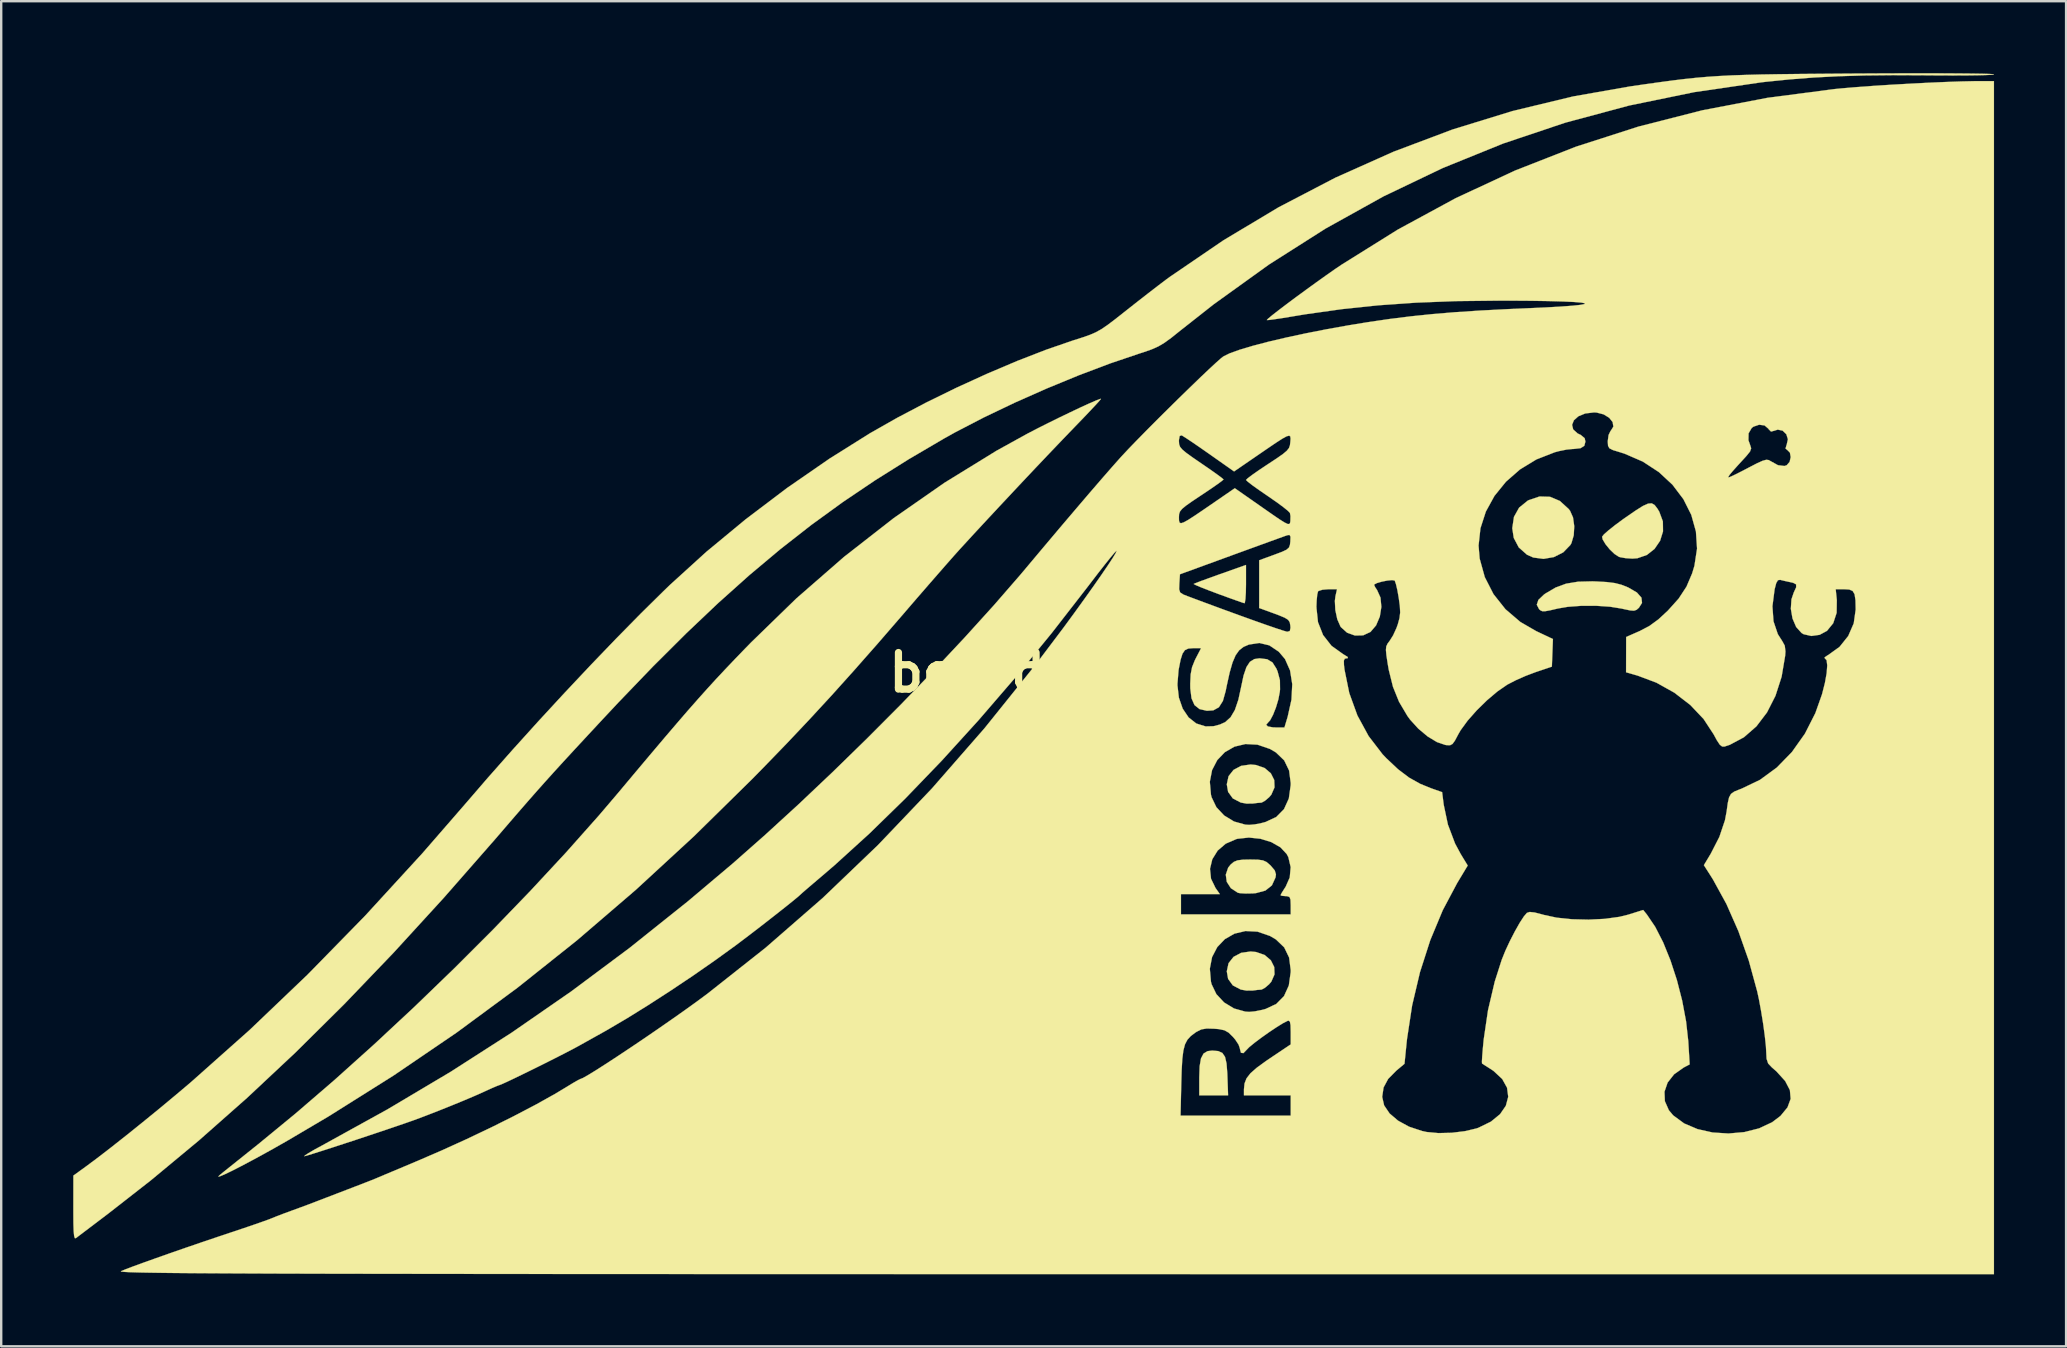
<source format=kicad_pcb>
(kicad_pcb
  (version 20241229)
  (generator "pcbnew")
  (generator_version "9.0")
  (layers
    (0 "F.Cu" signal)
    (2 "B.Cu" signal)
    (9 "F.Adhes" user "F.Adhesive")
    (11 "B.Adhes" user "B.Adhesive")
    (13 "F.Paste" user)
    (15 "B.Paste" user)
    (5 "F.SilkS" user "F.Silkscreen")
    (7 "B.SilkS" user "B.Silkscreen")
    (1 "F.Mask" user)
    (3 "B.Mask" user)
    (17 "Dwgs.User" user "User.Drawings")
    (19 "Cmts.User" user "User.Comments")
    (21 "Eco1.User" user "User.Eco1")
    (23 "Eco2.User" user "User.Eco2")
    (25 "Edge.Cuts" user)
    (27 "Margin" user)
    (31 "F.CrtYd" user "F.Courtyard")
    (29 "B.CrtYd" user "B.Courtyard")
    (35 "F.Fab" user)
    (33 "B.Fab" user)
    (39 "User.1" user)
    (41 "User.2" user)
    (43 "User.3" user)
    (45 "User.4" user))
  (footprint "board_new"
    (layer "F.Cu")
    (at 39.965 24.967)
    (property "Reference" "board_new" (at 0 0 0) (layer "F.SilkS") (effects (font (size 1.524 1.524) (thickness 0.3))))
    (attr through_hole)
    (fp_poly (pts (xy 7.733 15.768) (xy 7.906 15.846) (xy 8.016 16.009) (xy 8.079 16.282) (xy 8.111 16.691) (xy 8.115 16.799) (xy 8.144 17.611) (xy 6.943 17.611) (xy 6.943 16.868) (xy 6.959 16.398) (xy 7.015 16.074) (xy 7.121 15.872) (xy 7.288 15.771) (xy 7.482 15.748) (xy 7.733 15.768)) (stroke (width 0.01) (type solid)) (fill yes) (layer "F.SilkS"))
    (fp_poly (pts (xy 8.89 -3.681) (xy 8.884 -3.337) (xy 8.867 -3.069) (xy 8.843 -2.913) (xy 8.826 -2.888) (xy 8.727 -2.919) (xy 8.501 -2.998) (xy 8.18 -3.113) (xy 7.795 -3.253) (xy 7.723 -3.28) (xy 7.34 -3.424) (xy 7.025 -3.547) (xy 6.806 -3.639) (xy 6.713 -3.688) (xy 6.711 -3.692) (xy 6.798 -3.729) (xy 7.013 -3.812) (xy 7.329 -3.927) (xy 7.713 -4.066) (xy 7.815 -4.102) (xy 8.89 -4.483) (xy 8.89 -3.681)) (stroke (width 0.01) (type solid)) (fill yes) (layer "F.SilkS"))
    (fp_poly (pts (xy 9.31 3.852) (xy 9.669 3.978) (xy 9.926 4.198) (xy 10.066 4.477) (xy 10.078 4.784) (xy 9.946 5.086) (xy 9.852 5.195) (xy 9.679 5.342) (xy 9.541 5.417) (xy 9.524 5.419) (xy 9.367 5.431) (xy 9.176 5.456) (xy 8.911 5.459) (xy 8.671 5.415) (xy 8.341 5.243) (xy 8.145 4.971) (xy 8.09 4.657) (xy 8.164 4.317) (xy 8.371 4.055) (xy 8.685 3.887) (xy 9.078 3.83) (xy 9.31 3.852)) (stroke (width 0.01) (type solid)) (fill yes) (layer "F.SilkS"))
    (fp_poly (pts (xy 9.31 11.641) (xy 9.669 11.767) (xy 9.926 11.987) (xy 10.066 12.267) (xy 10.078 12.574) (xy 9.946 12.875) (xy 9.852 12.985) (xy 9.679 13.132) (xy 9.541 13.206) (xy 9.524 13.208) (xy 9.367 13.22) (xy 9.176 13.246) (xy 8.911 13.248) (xy 8.671 13.205) (xy 8.341 13.032) (xy 8.145 12.76) (xy 8.09 12.446) (xy 8.164 12.106) (xy 8.371 11.844) (xy 8.685 11.676) (xy 9.078 11.62) (xy 9.31 11.641)) (stroke (width 0.01) (type solid)) (fill yes) (layer "F.SilkS"))
    (fp_poly (pts (xy 21.555 -7.322) (xy 21.964 -7.149) (xy 22.328 -6.818) (xy 22.389 -6.74) (xy 22.513 -6.461) (xy 22.564 -6.098) (xy 22.543 -5.719) (xy 22.448 -5.394) (xy 22.403 -5.314) (xy 22.105 -5.007) (xy 21.717 -4.811) (xy 21.286 -4.736) (xy 20.858 -4.792) (xy 20.594 -4.91) (xy 20.253 -5.212) (xy 20.044 -5.608) (xy 19.982 -6.013) (xy 20.053 -6.486) (xy 20.267 -6.869) (xy 20.62 -7.157) (xy 20.665 -7.181) (xy 21.117 -7.334) (xy 21.555 -7.322)) (stroke (width 0.01) (type solid)) (fill yes) (layer "F.SilkS"))
    (fp_poly (pts (xy 9.386 7.795) (xy 9.596 7.824) (xy 9.746 7.892) (xy 9.89 8.015) (xy 9.921 8.045) (xy 10.087 8.241) (xy 10.138 8.406) (xy 10.121 8.532) (xy 9.97 8.864) (xy 9.7 9.081) (xy 9.306 9.188) (xy 9.169 9.2) (xy 8.879 9.205) (xy 8.646 9.192) (xy 8.551 9.173) (xy 8.26 8.983) (xy 8.089 8.719) (xy 8.048 8.42) (xy 8.147 8.127) (xy 8.251 7.997) (xy 8.384 7.886) (xy 8.537 7.823) (xy 8.761 7.795) (xy 9.062 7.789) (xy 9.386 7.795)) (stroke (width 0.01) (type solid)) (fill yes) (layer "F.SilkS"))
    (fp_poly (pts (xy 25.914 -6.978) (xy 26.028 -6.83) (xy 26.106 -6.701) (xy 26.256 -6.296) (xy 26.262 -5.881) (xy 26.14 -5.489) (xy 25.909 -5.151) (xy 25.588 -4.898) (xy 25.194 -4.762) (xy 24.985 -4.747) (xy 24.707 -4.765) (xy 24.477 -4.805) (xy 24.422 -4.823) (xy 24.242 -4.939) (xy 24.043 -5.13) (xy 23.866 -5.348) (xy 23.748 -5.546) (xy 23.724 -5.658) (xy 23.8 -5.755) (xy 23.991 -5.924) (xy 24.269 -6.145) (xy 24.608 -6.395) (xy 24.713 -6.468) (xy 25.124 -6.751) (xy 25.424 -6.94) (xy 25.638 -7.037) (xy 25.793 -7.049) (xy 25.914 -6.978)) (stroke (width 0.01) (type solid)) (fill yes) (layer "F.SilkS"))
    (fp_poly (pts (xy 23.473 -3.795) (xy 23.921 -3.77) (xy 24.254 -3.728) (xy 24.528 -3.658) (xy 24.797 -3.551) (xy 24.825 -3.538) (xy 25.176 -3.333) (xy 25.364 -3.119) (xy 25.387 -2.901) (xy 25.258 -2.699) (xy 25.159 -2.613) (xy 25.053 -2.577) (xy 24.892 -2.589) (xy 24.625 -2.645) (xy 24.548 -2.663) (xy 24.056 -2.743) (xy 23.473 -2.782) (xy 22.864 -2.781) (xy 22.297 -2.739) (xy 21.886 -2.669) (xy 21.557 -2.592) (xy 21.352 -2.555) (xy 21.229 -2.557) (xy 21.149 -2.596) (xy 21.099 -2.642) (xy 21.003 -2.826) (xy 21.07 -3.027) (xy 21.302 -3.248) (xy 21.362 -3.291) (xy 21.788 -3.542) (xy 22.226 -3.703) (xy 22.723 -3.785) (xy 23.325 -3.8) (xy 23.473 -3.795)) (stroke (width 0.01) (type solid)) (fill yes) (layer "F.SilkS"))
    (fp_poly (pts (xy 2.8 -11.338) (xy 2.65 -11.172) (xy 2.416 -10.922) (xy 2.117 -10.607) (xy 1.769 -10.247) (xy 1.723 -10.199) (xy 1.256 -9.714) (xy 0.701 -9.133) (xy 0.086 -8.485) (xy -0.562 -7.797) (xy -1.217 -7.098) (xy -1.851 -6.418) (xy -2.438 -5.785) (xy -2.951 -5.226) (xy -3.038 -5.131) (xy -3.256 -4.888) (xy -3.563 -4.54) (xy -3.939 -4.11) (xy -4.364 -3.622) (xy -4.817 -3.1) (xy -5.278 -2.565) (xy -5.372 -2.455) (xy -6.44 -1.221) (xy -7.434 -0.093) (xy -8.379 0.958) (xy -9.305 1.962) (xy -10.236 2.948) (xy -11.201 3.945) (xy -11.68 4.433) (xy -14.109 6.821) (xy -16.536 9.057) (xy -18.981 11.156) (xy -21.463 13.133) (xy -24.002 15.004) (xy -26.618 16.785) (xy -29.33 18.49) (xy -31.03 19.493) (xy -31.574 19.803) (xy -32.099 20.095) (xy -32.587 20.359) (xy -33.023 20.589) (xy -33.391 20.776) (xy -33.674 20.911) (xy -33.856 20.987) (xy -33.921 20.995) (xy -33.87 20.94) (xy -33.713 20.812) (xy -33.449 20.6) (xy -33.105 20.325) (xy -32.708 20.007) (xy -32.283 19.667) (xy -32.261 19.65) (xy -30.704 18.37) (xy -29.085 16.976) (xy -27.43 15.489) (xy -25.762 13.935) (xy -24.105 12.335) (xy -22.483 10.714) (xy -20.921 9.095) (xy -19.441 7.501) (xy -18.068 5.956) (xy -17.286 5.038) (xy -16.539 4.147) (xy -15.887 3.372) (xy -15.315 2.696) (xy -14.809 2.104) (xy -14.357 1.58) (xy -13.943 1.11) (xy -13.555 0.677) (xy -13.179 0.265) (xy -12.8 -0.14) (xy -12.406 -0.554) (xy -11.983 -0.993) (xy -11.726 -1.256) (xy -9.838 -3.09) (xy -7.853 -4.82) (xy -5.789 -6.431) (xy -3.666 -7.909) (xy -1.502 -9.241) (xy -0.224 -9.947) (xy 0.188 -10.161) (xy 0.641 -10.389) (xy 1.109 -10.62) (xy 1.568 -10.841) (xy 1.992 -11.042) (xy 2.357 -11.209) (xy 2.638 -11.331) (xy 2.809 -11.397) (xy 2.849 -11.403) (xy 2.8 -11.338)) (stroke (width 0.01) (type solid)) (fill yes) (layer "F.SilkS"))
    (fp_poly (pts (xy 37.903 -24.961) (xy 38.571 -24.957) (xy 39.131 -24.952) (xy 39.571 -24.945) (xy 39.875 -24.936) (xy 40.03 -24.925) (xy 40.047 -24.92) (xy 39.966 -24.904) (xy 39.735 -24.891) (xy 39.373 -24.882) (xy 38.9 -24.876) (xy 38.335 -24.874) (xy 37.699 -24.876) (xy 37.163 -24.88) (xy 35.839 -24.886) (xy 34.649 -24.874) (xy 33.561 -24.841) (xy 32.539 -24.788) (xy 31.55 -24.711) (xy 30.561 -24.611) (xy 30.353 -24.587) (xy 27.563 -24.179) (xy 24.845 -23.62) (xy 22.195 -22.908) (xy 19.609 -22.041) (xy 17.086 -21.018) (xy 14.62 -19.838) (xy 12.21 -18.499) (xy 9.851 -17) (xy 7.541 -15.339) (xy 6.151 -14.244) (xy 5.783 -13.949) (xy 5.495 -13.74) (xy 5.238 -13.587) (xy 4.964 -13.465) (xy 4.626 -13.346) (xy 4.458 -13.293) (xy 3.232 -12.878) (xy 1.925 -12.384) (xy 0.582 -11.831) (xy -0.751 -11.24) (xy -2.029 -10.629) (xy -3.206 -10.019) (xy -3.683 -9.754) (xy -5.152 -8.892) (xy -6.552 -8.014) (xy -7.9 -7.106) (xy -9.212 -6.154) (xy -10.504 -5.144) (xy -11.793 -4.063) (xy -13.096 -2.897) (xy -14.429 -1.633) (xy -15.81 -0.257) (xy -17.253 1.244) (xy -17.907 1.942) (xy -18.535 2.618) (xy -19.069 3.194) (xy -19.528 3.692) (xy -19.934 4.137) (xy -20.307 4.551) (xy -20.669 4.958) (xy -21.04 5.38) (xy -21.442 5.842) (xy -21.894 6.366) (xy -22.39 6.943) (xy -24.527 9.382) (xy -26.62 11.67) (xy -28.676 13.815) (xy -30.706 15.827) (xy -32.72 17.715) (xy -34.725 19.487) (xy -36.732 21.153) (xy -38.481 22.519) (xy -38.887 22.827) (xy -39.251 23.103) (xy -39.549 23.329) (xy -39.759 23.488) (xy -39.857 23.562) (xy -39.898 23.56) (xy -39.927 23.469) (xy -39.946 23.271) (xy -39.957 22.947) (xy -39.96 22.479) (xy -39.96 22.299) (xy -39.958 20.955) (xy -39.432 20.574) (xy -38.968 20.229) (xy -38.405 19.795) (xy -37.77 19.294) (xy -37.093 18.75) (xy -36.4 18.185) (xy -35.721 17.621) (xy -35.082 17.081) (xy -35.052 17.055) (xy -32.612 14.885) (xy -30.2 12.581) (xy -27.807 10.134) (xy -25.424 7.534) (xy -23.663 5.508) (xy -22.697 4.388) (xy -21.664 3.22) (xy -20.589 2.03) (xy -19.493 0.842) (xy -18.401 -0.319) (xy -17.335 -1.428) (xy -16.32 -2.46) (xy -15.377 -3.39) (xy -15.108 -3.65) (xy -13.592 -5.028) (xy -11.95 -6.386) (xy -10.224 -7.692) (xy -8.457 -8.913) (xy -6.773 -9.969) (xy -5.652 -10.606) (xy -4.44 -11.244) (xy -3.174 -11.864) (xy -1.893 -12.449) (xy -0.632 -12.984) (xy 0.57 -13.45) (xy 1.677 -13.832) (xy 1.736 -13.85) (xy 2.102 -13.967) (xy 2.388 -14.068) (xy 2.629 -14.172) (xy 2.858 -14.299) (xy 3.108 -14.468) (xy 3.415 -14.699) (xy 3.811 -15.011) (xy 3.937 -15.111) (xy 4.373 -15.454) (xy 4.813 -15.797) (xy 5.219 -16.11) (xy 5.554 -16.364) (xy 5.715 -16.482) (xy 7.945 -18.003) (xy 10.248 -19.382) (xy 12.613 -20.614) (xy 15.032 -21.695) (xy 17.496 -22.623) (xy 19.995 -23.392) (xy 22.52 -24) (xy 24.892 -24.417) (xy 25.554 -24.513) (xy 26.142 -24.595) (xy 26.673 -24.666) (xy 27.166 -24.726) (xy 27.64 -24.776) (xy 28.112 -24.817) (xy 28.602 -24.85) (xy 29.126 -24.877) (xy 29.704 -24.897) (xy 30.354 -24.914) (xy 31.095 -24.926) (xy 31.943 -24.936) (xy 32.919 -24.944) (xy 34.039 -24.952) (xy 34.438 -24.954) (xy 35.396 -24.959) (xy 36.302 -24.962) (xy 37.142 -24.962) (xy 37.903 -24.961)) (stroke (width 0.01) (type solid)) (fill yes) (layer "F.SilkS"))
    (fp_poly (pts (xy 40.047 25.061) (xy 0.91 25.059) (xy -2.195 25.059) (xy -5.135 25.059) (xy -7.914 25.058) (xy -10.537 25.058) (xy -13.008 25.057) (xy -15.331 25.056) (xy -17.511 25.055) (xy -19.551 25.054) (xy -21.457 25.053) (xy -23.232 25.051) (xy -24.881 25.049) (xy -26.407 25.047) (xy -27.817 25.045) (xy -29.112 25.043) (xy -30.299 25.04) (xy -31.381 25.037) (xy -32.363 25.033) (xy -33.249 25.029) (xy -34.043 25.025) (xy -34.749 25.021) (xy -35.372 25.016) (xy -35.917 25.011) (xy -36.386 25.005) (xy -36.786 24.999) (xy -37.12 24.993) (xy -37.392 24.986) (xy -37.606 24.979) (xy -37.768 24.971) (xy -37.881 24.963) (xy -37.95 24.955) (xy -37.978 24.946) (xy -37.973 24.937) (xy -37.79 24.861) (xy -37.469 24.739) (xy -37.033 24.58) (xy -36.507 24.392) (xy -35.912 24.182) (xy -35.273 23.96) (xy -34.611 23.733) (xy -33.951 23.51) (xy -33.359 23.312) (xy -32.881 23.152) (xy -32.443 23.003) (xy -32.077 22.875) (xy -31.815 22.781) (xy -31.708 22.739) (xy -31.504 22.656) (xy -31.202 22.54) (xy -30.862 22.415) (xy -30.819 22.399) (xy -30.47 22.272) (xy -30.144 22.151) (xy -29.905 22.06) (xy -29.887 22.053) (xy -29.694 21.978) (xy -29.384 21.859) (xy -29.001 21.712) (xy -28.586 21.553) (xy -28.575 21.548) (xy -28.175 21.395) (xy -27.821 21.258) (xy -27.549 21.152) (xy -27.396 21.09) (xy -27.39 21.088) (xy -27.262 21.034) (xy -27.005 20.925) (xy -26.645 20.774) (xy -26.209 20.591) (xy -25.725 20.387) (xy -25.654 20.357) (xy -24.614 19.908) (xy -23.568 19.432) (xy -22.545 18.945) (xy -21.573 18.46) (xy -21.568 18.457) (xy 6.163 18.457) (xy 10.753 18.457) (xy 10.753 17.611) (xy 8.805 17.611) (xy 8.805 17.361) (xy 8.829 17.119) (xy 8.912 16.905) (xy 9.076 16.693) (xy 9.342 16.459) (xy 9.73 16.177) (xy 9.882 16.074) (xy 10.753 15.49) (xy 10.753 14.975) (xy 10.746 14.689) (xy 10.719 14.541) (xy 10.664 14.5) (xy 10.625 14.509) (xy 10.437 14.604) (xy 10.167 14.771) (xy 9.853 14.98) (xy 9.533 15.207) (xy 9.245 15.423) (xy 9.027 15.602) (xy 8.92 15.712) (xy 8.784 15.853) (xy 8.68 15.839) (xy 8.636 15.674) (xy 8.636 15.657) (xy 8.581 15.5) (xy 8.442 15.289) (xy 8.352 15.182) (xy 8.168 15.001) (xy 7.994 14.902) (xy 7.76 14.853) (xy 7.569 14.837) (xy 7.254 14.828) (xy 7.032 14.865) (xy 6.832 14.964) (xy 6.773 15.003) (xy 6.588 15.144) (xy 6.449 15.296) (xy 6.349 15.488) (xy 6.281 15.746) (xy 6.237 16.097) (xy 6.21 16.567) (xy 6.195 17.081) (xy 6.163 18.457) (xy -21.568 18.457) (xy -20.682 17.992) (xy -19.901 17.556) (xy -19.412 17.262) (xy -19.15 17.102) (xy -18.948 16.986) (xy -18.844 16.934) (xy -18.839 16.933) (xy -18.726 16.886) (xy -18.494 16.754) (xy -18.159 16.548) (xy -17.741 16.28) (xy -17.257 15.963) (xy -16.726 15.61) (xy -16.166 15.232) (xy -15.596 14.841) (xy -15.033 14.45) (xy -14.495 14.071) (xy -14.001 13.716) (xy -13.569 13.397) (xy -13.558 13.389) (xy -12.227 12.337) (xy 7.383 12.337) (xy 7.43 12.874) (xy 7.457 12.983) (xy 7.655 13.396) (xy 7.979 13.743) (xy 8.393 13.994) (xy 8.859 14.124) (xy 9.023 14.136) (xy 9.26 14.113) (xy 9.563 14.052) (xy 9.705 14.014) (xy 10.151 13.805) (xy 10.473 13.479) (xy 10.674 13.037) (xy 10.752 12.478) (xy 10.753 12.393) (xy 10.686 11.872) (xy 10.483 11.45) (xy 10.137 11.118) (xy 9.891 10.973) (xy 9.37 10.793) (xy 8.87 10.767) (xy 8.41 10.876) (xy 8.011 11.104) (xy 7.694 11.435) (xy 7.477 11.851) (xy 7.383 12.337) (xy -12.227 12.337) (xy -11.119 11.461) (xy -8.748 9.395) (xy -8.574 9.229) (xy 6.181 9.229) (xy 6.181 10.075) (xy 10.753 10.075) (xy 10.753 9.694) (xy 10.744 9.459) (xy 10.701 9.348) (xy 10.598 9.315) (xy 10.541 9.313) (xy 10.382 9.3) (xy 10.329 9.275) (xy 10.373 9.188) (xy 10.482 9.013) (xy 10.541 8.924) (xy 10.713 8.535) (xy 10.751 8.104) (xy 10.655 7.693) (xy 10.586 7.56) (xy 10.326 7.281) (xy 9.947 7.064) (xy 9.494 6.924) (xy 9.01 6.873) (xy 8.538 6.924) (xy 8.487 6.937) (xy 8.046 7.128) (xy 7.709 7.417) (xy 7.486 7.776) (xy 7.39 8.176) (xy 7.433 8.589) (xy 7.621 8.975) (xy 7.801 9.229) (xy 6.181 9.229) (xy -8.574 9.229) (xy -6.442 7.187) (xy -4.195 4.83) (xy -3.948 4.547) (xy 7.383 4.547) (xy 7.43 5.085) (xy 7.457 5.194) (xy 7.655 5.607) (xy 7.979 5.953) (xy 8.393 6.205) (xy 8.859 6.335) (xy 9.023 6.346) (xy 9.26 6.324) (xy 9.563 6.263) (xy 9.705 6.225) (xy 10.151 6.016) (xy 10.473 5.69) (xy 10.674 5.248) (xy 10.752 4.688) (xy 10.753 4.603) (xy 10.686 4.083) (xy 10.483 3.661) (xy 10.137 3.328) (xy 9.891 3.183) (xy 9.37 3.004) (xy 8.87 2.977) (xy 8.41 3.086) (xy 8.011 3.315) (xy 7.694 3.645) (xy 7.477 4.062) (xy 7.383 4.547) (xy -3.948 4.547) (xy -2.004 2.322) (xy -0.544 0.505) (xy 6.032 0.505) (xy 6.093 1.043) (xy 6.253 1.504) (xy 6.499 1.869) (xy 6.82 2.122) (xy 7.205 2.243) (xy 7.535 2.235) (xy 7.8 2.166) (xy 8.024 2.065) (xy 8.026 2.063) (xy 8.249 1.861) (xy 8.427 1.559) (xy 8.572 1.133) (xy 8.683 0.62) (xy 8.789 0.123) (xy 8.908 -0.226) (xy 9.053 -0.447) (xy 9.238 -0.562) (xy 9.452 -0.593) (xy 9.773 -0.555) (xy 9.993 -0.422) (xy 10.158 -0.162) (xy 10.207 -0.043) (xy 10.303 0.317) (xy 10.308 0.705) (xy 10.297 0.808) (xy 10.238 1.119) (xy 10.138 1.454) (xy 10.017 1.76) (xy 9.895 1.989) (xy 9.812 2.08) (xy 9.731 2.174) (xy 9.802 2.245) (xy 10.009 2.283) (xy 10.114 2.286) (xy 10.492 2.286) (xy 10.626 1.841) (xy 10.784 1.131) (xy 10.817 0.483) (xy 10.726 -0.087) (xy 10.515 -0.563) (xy 10.258 -0.867) (xy 9.862 -1.133) (xy 9.447 -1.232) (xy 9.011 -1.166) (xy 8.786 -1.069) (xy 8.605 -0.927) (xy 8.456 -0.717) (xy 8.328 -0.417) (xy 8.209 -0.002) (xy 8.087 0.55) (xy 8.043 0.771) (xy 7.928 1.182) (xy 7.762 1.445) (xy 7.529 1.574) (xy 7.261 1.592) (xy 6.955 1.522) (xy 6.745 1.355) (xy 6.62 1.072) (xy 6.569 0.655) (xy 6.567 0.467) (xy 6.585 0.076) (xy 6.643 -0.224) (xy 6.758 -0.51) (xy 6.795 -0.585) (xy 7.019 -1.016) (xy 6.688 -1.016) (xy 6.487 -1) (xy 6.346 -0.934) (xy 6.245 -0.787) (xy 6.165 -0.533) (xy 6.088 -0.143) (xy 6.08 -0.091) (xy 6.032 0.505) (xy -0.544 0.505) (xy 0.137 -0.342) (xy 1.284 -1.863) (xy 1.727 -2.467) (xy 2.143 -3.043) (xy 2.445 -3.467) (xy 6.105 -3.467) (xy 6.148 -3.335) (xy 6.283 -3.249) (xy 6.452 -3.183) (xy 7.201 -2.903) (xy 7.919 -2.638) (xy 8.588 -2.394) (xy 9.191 -2.177) (xy 9.71 -1.993) (xy 10.128 -1.849) (xy 10.427 -1.75) (xy 10.591 -1.703) (xy 10.61 -1.7) (xy 10.716 -1.73) (xy 10.743 -1.862) (xy 10.737 -1.958) (xy 10.712 -2.096) (xy 10.646 -2.196) (xy 10.505 -2.285) (xy 10.255 -2.389) (xy 10.075 -2.456) (xy 9.44 -2.688) (xy 9.44 -2.72) (xy 11.823 -2.72) (xy 11.889 -2.1) (xy 12.101 -1.562) (xy 12.453 -1.113) (xy 12.941 -0.764) (xy 12.952 -0.758) (xy 13.123 -0.653) (xy 13.135 -0.602) (xy 13.092 -0.596) (xy 13.004 -0.577) (xy 12.967 -0.497) (xy 12.971 -0.317) (xy 12.993 -0.126) (xy 13.192 0.853) (xy 13.531 1.788) (xy 13.998 2.647) (xy 14.579 3.404) (xy 14.731 3.564) (xy 15.224 4.028) (xy 15.683 4.376) (xy 16.154 4.639) (xy 16.608 4.823) (xy 17.06 4.982) (xy 17.127 5.509) (xy 17.301 6.333) (xy 17.599 7.122) (xy 17.831 7.554) (xy 18.126 8.039) (xy 17.686 8.77) (xy 17.087 9.898) (xy 16.567 11.146) (xy 16.138 12.479) (xy 15.811 13.863) (xy 15.598 15.261) (xy 15.582 15.409) (xy 15.493 16.298) (xy 15.152 16.583) (xy 14.812 16.928) (xy 14.621 17.284) (xy 14.563 17.676) (xy 14.644 18.03) (xy 14.872 18.367) (xy 15.226 18.668) (xy 15.683 18.918) (xy 16.222 19.097) (xy 16.42 19.14) (xy 16.904 19.185) (xy 17.46 19.172) (xy 18.015 19.104) (xy 18.494 18.99) (xy 18.573 18.962) (xy 19.091 18.709) (xy 19.473 18.397) (xy 19.715 18.046) (xy 19.814 17.672) (xy 19.765 17.294) (xy 19.563 16.931) (xy 19.206 16.599) (xy 19.117 16.538) (xy 18.904 16.402) (xy 18.758 16.308) (xy 18.722 16.285) (xy 18.718 16.198) (xy 18.731 15.976) (xy 18.757 15.654) (xy 18.793 15.281) (xy 18.972 14.066) (xy 19.254 12.868) (xy 19.543 11.966) (xy 19.694 11.591) (xy 19.883 11.185) (xy 20.089 10.785) (xy 20.29 10.429) (xy 20.467 10.157) (xy 20.592 10.011) (xy 20.708 9.973) (xy 20.915 9.995) (xy 21.245 10.08) (xy 21.295 10.095) (xy 21.835 10.211) (xy 22.475 10.277) (xy 23.161 10.293) (xy 23.836 10.26) (xy 24.445 10.176) (xy 24.804 10.088) (xy 25.436 9.89) (xy 25.591 10.081) (xy 25.937 10.593) (xy 26.268 11.24) (xy 26.572 11.99) (xy 26.84 12.81) (xy 27.06 13.667) (xy 27.222 14.526) (xy 27.314 15.355) (xy 27.318 15.422) (xy 27.372 16.323) (xy 27.127 16.451) (xy 26.723 16.736) (xy 26.453 17.081) (xy 26.323 17.462) (xy 26.339 17.855) (xy 26.506 18.233) (xy 26.684 18.445) (xy 27.142 18.782) (xy 27.702 19.02) (xy 28.329 19.16) (xy 28.989 19.202) (xy 29.646 19.144) (xy 30.264 18.988) (xy 30.808 18.733) (xy 31.156 18.469) (xy 31.448 18.114) (xy 31.579 17.758) (xy 31.547 17.393) (xy 31.35 17.014) (xy 30.988 16.615) (xy 30.795 16.447) (xy 30.642 16.285) (xy 30.576 16.089) (xy 30.565 15.875) (xy 30.548 15.562) (xy 30.502 15.132) (xy 30.434 14.632) (xy 30.35 14.112) (xy 30.259 13.618) (xy 30.187 13.285) (xy 29.837 12.005) (xy 29.404 10.777) (xy 28.902 9.638) (xy 28.346 8.624) (xy 28.255 8.478) (xy 27.964 8.023) (xy 28.248 7.552) (xy 28.61 6.845) (xy 28.843 6.152) (xy 28.91 5.796) (xy 28.96 5.435) (xy 29.013 5.201) (xy 29.094 5.056) (xy 29.229 4.959) (xy 29.444 4.871) (xy 29.53 4.839) (xy 30.297 4.472) (xy 31.002 3.957) (xy 31.631 3.311) (xy 32.171 2.55) (xy 32.609 1.688) (xy 32.887 0.901) (xy 33.006 0.433) (xy 33.079 0.025) (xy 33.103 -0.3) (xy 33.077 -0.515) (xy 33 -0.596) (xy 32.999 -0.596) (xy 32.992 -0.631) (xy 33.108 -0.712) (xy 33.147 -0.733) (xy 33.617 -1.072) (xy 33.977 -1.522) (xy 34.207 -2.05) (xy 34.288 -2.624) (xy 34.288 -2.625) (xy 34.28 -3.011) (xy 34.243 -3.259) (xy 34.163 -3.398) (xy 34.022 -3.459) (xy 33.821 -3.471) (xy 33.456 -3.471) (xy 33.502 -3.018) (xy 33.494 -2.487) (xy 33.352 -2.055) (xy 33.093 -1.738) (xy 32.788 -1.573) (xy 32.443 -1.524) (xy 32.123 -1.596) (xy 32.034 -1.648) (xy 31.808 -1.899) (xy 31.656 -2.253) (xy 31.587 -2.656) (xy 31.613 -3.054) (xy 31.708 -3.333) (xy 31.809 -3.553) (xy 31.806 -3.674) (xy 31.683 -3.739) (xy 31.559 -3.767) (xy 31.323 -3.818) (xy 31.144 -3.862) (xy 31.051 -3.849) (xy 30.979 -3.729) (xy 30.911 -3.47) (xy 30.82 -2.762) (xy 30.864 -2.136) (xy 31.045 -1.6) (xy 31.23 -1.309) (xy 31.334 -1.12) (xy 31.362 -0.879) (xy 31.35 -0.7) (xy 31.202 0.176) (xy 30.947 0.967) (xy 30.594 1.661) (xy 30.153 2.241) (xy 29.632 2.696) (xy 29.043 3.01) (xy 28.829 3.081) (xy 28.727 3.083) (xy 28.627 3.005) (xy 28.505 2.821) (xy 28.37 2.572) (xy 27.953 1.936) (xy 27.398 1.35) (xy 26.733 0.838) (xy 25.989 0.422) (xy 25.209 0.129) (xy 24.723 -0.012) (xy 24.725 -0.747) (xy 24.727 -1.482) (xy 25.296 -1.732) (xy 25.693 -1.94) (xy 26.07 -2.215) (xy 26.463 -2.579) (xy 26.913 -3.08) (xy 27.239 -3.577) (xy 27.474 -4.128) (xy 27.57 -4.445) (xy 27.68 -5.164) (xy 27.633 -5.878) (xy 27.439 -6.571) (xy 27.11 -7.225) (xy 26.657 -7.824) (xy 26.303 -8.153) (xy 28.982 -8.153) (xy 28.992 -8.128) (xy 28.994 -8.128) (xy 29.094 -8.166) (xy 29.307 -8.267) (xy 29.598 -8.415) (xy 29.815 -8.529) (xy 30.169 -8.713) (xy 30.408 -8.821) (xy 30.564 -8.864) (xy 30.669 -8.851) (xy 30.713 -8.825) (xy 31.051 -8.638) (xy 31.321 -8.605) (xy 31.417 -8.639) (xy 31.536 -8.776) (xy 31.581 -8.975) (xy 31.548 -9.162) (xy 31.45 -9.261) (xy 31.365 -9.332) (xy 31.404 -9.468) (xy 31.412 -9.485) (xy 31.465 -9.719) (xy 31.398 -9.929) (xy 31.245 -10.077) (xy 31.042 -10.12) (xy 30.907 -10.077) (xy 30.761 -10.038) (xy 30.66 -10.14) (xy 30.65 -10.159) (xy 30.493 -10.294) (xy 30.266 -10.324) (xy 30.031 -10.244) (xy 29.957 -10.189) (xy 29.826 -9.965) (xy 29.82 -9.679) (xy 29.895 -9.468) (xy 29.934 -9.342) (xy 29.888 -9.21) (xy 29.737 -9.023) (xy 29.704 -8.986) (xy 29.382 -8.635) (xy 29.163 -8.39) (xy 29.034 -8.235) (xy 28.982 -8.153) (xy 26.303 -8.153) (xy 26.091 -8.35) (xy 25.423 -8.787) (xy 24.665 -9.116) (xy 24.448 -9.185) (xy 24.178 -9.267) (xy 24.032 -9.34) (xy 23.973 -9.441) (xy 23.961 -9.604) (xy 23.961 -9.648) (xy 23.994 -9.895) (xy 24.076 -10.065) (xy 24.088 -10.075) (xy 24.194 -10.246) (xy 24.163 -10.435) (xy 24.02 -10.613) (xy 23.79 -10.755) (xy 23.498 -10.831) (xy 23.386 -10.837) (xy 23.021 -10.793) (xy 22.737 -10.676) (xy 22.55 -10.51) (xy 22.473 -10.319) (xy 22.52 -10.128) (xy 22.706 -9.96) (xy 22.835 -9.899) (xy 22.999 -9.762) (xy 23.029 -9.621) (xy 22.983 -9.445) (xy 22.827 -9.347) (xy 22.537 -9.314) (xy 22.487 -9.313) (xy 22.248 -9.289) (xy 21.936 -9.226) (xy 21.754 -9.178) (xy 20.989 -8.879) (xy 20.307 -8.464) (xy 19.72 -7.951) (xy 19.24 -7.359) (xy 18.882 -6.707) (xy 18.657 -6.011) (xy 18.578 -5.291) (xy 18.623 -4.749) (xy 18.837 -3.976) (xy 19.2 -3.267) (xy 19.698 -2.639) (xy 20.319 -2.108) (xy 20.979 -1.726) (xy 21.676 -1.397) (xy 21.654 -0.821) (xy 21.632 -0.246) (xy 20.951 -0.017) (xy 20.55 0.134) (xy 20.133 0.318) (xy 19.788 0.496) (xy 19.768 0.508) (xy 19.361 0.789) (xy 18.925 1.159) (xy 18.498 1.578) (xy 18.12 2.006) (xy 17.83 2.404) (xy 17.736 2.567) (xy 17.596 2.831) (xy 17.493 2.974) (xy 17.39 3.028) (xy 17.247 3.023) (xy 17.189 3.014) (xy 16.841 2.895) (xy 16.453 2.659) (xy 16.068 2.336) (xy 15.724 1.958) (xy 15.614 1.807) (xy 15.265 1.217) (xy 15.013 0.594) (xy 14.836 -0.119) (xy 14.793 -0.368) (xy 14.74 -0.716) (xy 14.719 -0.941) (xy 14.733 -1.088) (xy 14.786 -1.203) (xy 14.876 -1.323) (xy 15.018 -1.549) (xy 15.156 -1.85) (xy 15.214 -2.01) (xy 15.285 -2.27) (xy 15.313 -2.502) (xy 15.299 -2.773) (xy 15.253 -3.108) (xy 15.197 -3.428) (xy 15.138 -3.681) (xy 15.089 -3.822) (xy 15.081 -3.833) (xy 14.973 -3.852) (xy 14.774 -3.832) (xy 14.544 -3.786) (xy 14.343 -3.727) (xy 14.233 -3.668) (xy 14.227 -3.652) (xy 14.275 -3.55) (xy 14.35 -3.439) (xy 14.493 -3.122) (xy 14.529 -2.735) (xy 14.465 -2.332) (xy 14.309 -1.965) (xy 14.076 -1.692) (xy 13.77 -1.55) (xy 13.428 -1.543) (xy 13.102 -1.66) (xy 12.844 -1.892) (xy 12.825 -1.919) (xy 12.693 -2.22) (xy 12.611 -2.604) (xy 12.592 -2.987) (xy 12.616 -3.18) (xy 12.682 -3.471) (xy 12.315 -3.471) (xy 12.077 -3.451) (xy 11.916 -3.4) (xy 11.889 -3.376) (xy 11.858 -3.247) (xy 11.834 -3.004) (xy 11.823 -2.72) (xy 9.44 -2.72) (xy 9.44 -4.678) (xy 10.075 -4.91) (xy 10.391 -5.029) (xy 10.582 -5.119) (xy 10.681 -5.209) (xy 10.722 -5.326) (xy 10.737 -5.457) (xy 10.744 -5.66) (xy 10.703 -5.734) (xy 10.61 -5.721) (xy 10.492 -5.68) (xy 10.237 -5.588) (xy 9.869 -5.455) (xy 9.408 -5.287) (xy 8.878 -5.094) (xy 8.301 -4.884) (xy 8.297 -4.882) (xy 6.138 -4.094) (xy 6.113 -3.707) (xy 6.105 -3.467) (xy 2.445 -3.467) (xy 2.521 -3.574) (xy 2.852 -4.048) (xy 3.125 -4.448) (xy 3.331 -4.761) (xy 3.459 -4.972) (xy 3.5 -5.067) (xy 3.492 -5.07) (xy 3.417 -4.996) (xy 3.256 -4.806) (xy 3.026 -4.52) (xy 2.742 -4.158) (xy 2.422 -3.741) (xy 2.281 -3.556) (xy 0.797 -1.646) (xy -0.717 0.205) (xy -2.249 1.982) (xy -3.783 3.669) (xy -5.305 5.25) (xy -6.802 6.71) (xy -8.259 8.034) (xy -8.848 8.539) (xy -9.15 8.795) (xy -9.403 9.012) (xy -9.58 9.165) (xy -9.652 9.231) (xy -9.75 9.32) (xy -9.958 9.493) (xy -10.254 9.731) (xy -10.613 10.015) (xy -11.011 10.327) (xy -11.424 10.648) (xy -11.83 10.959) (xy -12.203 11.241) (xy -12.361 11.36) (xy -13.214 11.978) (xy -14.133 12.618) (xy -15.08 13.252) (xy -16.016 13.857) (xy -16.904 14.408) (xy -17.706 14.88) (xy -17.822 14.946) (xy -18.105 15.104) (xy -18.465 15.305) (xy -18.832 15.51) (xy -18.891 15.543) (xy -19.14 15.678) (xy -19.48 15.855) (xy -19.882 16.06) (xy -20.321 16.281) (xy -20.77 16.504) (xy -21.201 16.715) (xy -21.588 16.903) (xy -21.905 17.053) (xy -22.124 17.152) (xy -22.218 17.187) (xy -22.311 17.221) (xy -22.517 17.309) (xy -22.797 17.436) (xy -22.879 17.474) (xy -23.243 17.636) (xy -23.718 17.837) (xy -24.257 18.058) (xy -24.812 18.28) (xy -25.337 18.483) (xy -25.782 18.649) (xy -25.83 18.666) (xy -26.173 18.786) (xy -26.603 18.933) (xy -27.095 19.1) (xy -27.626 19.277) (xy -28.17 19.458) (xy -28.703 19.633) (xy -29.2 19.795) (xy -29.637 19.936) (xy -29.989 20.047) (xy -30.23 20.121) (xy -30.338 20.149) (xy -30.339 20.149) (xy -30.31 20.113) (xy -30.157 20.014) (xy -29.906 19.868) (xy -29.633 19.72) (xy -26.871 18.195) (xy -24.236 16.628) (xy -21.698 14.999) (xy -19.225 13.287) (xy -16.788 11.47) (xy -14.356 9.527) (xy -12.488 7.951) (xy -11.146 6.767) (xy -9.753 5.492) (xy -8.333 4.148) (xy -6.908 2.758) (xy -5.5 1.345) (xy -4.134 -0.068) (xy -2.832 -1.457) (xy -1.616 -2.799) (xy -0.51 -4.072) (xy -0.268 -4.36) (xy 0.454 -5.22) (xy 1.141 -6.035) (xy 1.783 -6.79) (xy 2.366 -7.473) (xy 2.88 -8.069) (xy 3.313 -8.565) (xy 3.652 -8.947) (xy 3.716 -9.017) (xy 3.985 -9.305) (xy 4.303 -9.635) (xy 6.096 -9.635) (xy 6.104 -9.512) (xy 6.143 -9.404) (xy 6.236 -9.291) (xy 6.404 -9.15) (xy 6.671 -8.958) (xy 7.025 -8.715) (xy 7.368 -8.48) (xy 7.654 -8.278) (xy 7.857 -8.128) (xy 7.951 -8.049) (xy 7.954 -8.043) (xy 7.888 -7.984) (xy 7.706 -7.85) (xy 7.434 -7.661) (xy 7.099 -7.436) (xy 7.025 -7.387) (xy 6.647 -7.135) (xy 6.389 -6.953) (xy 6.227 -6.818) (xy 6.139 -6.708) (xy 6.103 -6.601) (xy 6.096 -6.474) (xy 6.096 -6.468) (xy 6.099 -6.334) (xy 6.121 -6.249) (xy 6.18 -6.221) (xy 6.295 -6.256) (xy 6.485 -6.361) (xy 6.769 -6.545) (xy 7.164 -6.813) (xy 7.397 -6.973) (xy 8.424 -7.679) (xy 9.567 -6.88) (xy 9.989 -6.586) (xy 10.292 -6.379) (xy 10.497 -6.251) (xy 10.624 -6.19) (xy 10.693 -6.187) (xy 10.725 -6.232) (xy 10.738 -6.307) (xy 10.743 -6.52) (xy 10.721 -6.649) (xy 10.637 -6.737) (xy 10.44 -6.896) (xy 10.158 -7.104) (xy 9.819 -7.339) (xy 9.784 -7.363) (xy 9.447 -7.594) (xy 9.168 -7.793) (xy 8.974 -7.942) (xy 8.892 -8.02) (xy 8.891 -8.024) (xy 8.959 -8.091) (xy 9.142 -8.23) (xy 9.414 -8.421) (xy 9.749 -8.645) (xy 9.801 -8.679) (xy 10.176 -8.926) (xy 10.431 -9.105) (xy 10.591 -9.24) (xy 10.68 -9.353) (xy 10.721 -9.469) (xy 10.737 -9.601) (xy 10.747 -9.742) (xy 10.736 -9.834) (xy 10.688 -9.869) (xy 10.583 -9.842) (xy 10.404 -9.744) (xy 10.132 -9.569) (xy 9.75 -9.309) (xy 9.451 -9.104) (xy 8.394 -8.378) (xy 7.357 -9.108) (xy 6.986 -9.367) (xy 6.658 -9.592) (xy 6.4 -9.764) (xy 6.241 -9.864) (xy 6.209 -9.881) (xy 6.128 -9.857) (xy 6.097 -9.692) (xy 6.096 -9.635) (xy 4.303 -9.635) (xy 4.33 -9.662) (xy 4.732 -10.072) (xy 5.174 -10.517) (xy 5.638 -10.978) (xy 6.105 -11.438) (xy 6.558 -11.879) (xy 6.977 -12.284) (xy 7.345 -12.633) (xy 7.644 -12.91) (xy 7.855 -13.097) (xy 7.943 -13.165) (xy 8.206 -13.296) (xy 8.618 -13.445) (xy 9.162 -13.608) (xy 9.817 -13.78) (xy 10.567 -13.956) (xy 11.391 -14.133) (xy 12.272 -14.306) (xy 13.191 -14.47) (xy 13.97 -14.597) (xy 14.872 -14.729) (xy 15.761 -14.84) (xy 16.669 -14.934) (xy 17.629 -15.014) (xy 18.676 -15.082) (xy 19.841 -15.142) (xy 20.511 -15.171) (xy 21.338 -15.208) (xy 21.999 -15.245) (xy 22.494 -15.282) (xy 22.826 -15.317) (xy 22.996 -15.351) (xy 23.006 -15.383) (xy 22.859 -15.412) (xy 22.557 -15.437) (xy 22.1 -15.458) (xy 21.492 -15.475) (xy 20.735 -15.487) (xy 19.829 -15.493) (xy 19.405 -15.493) (xy 17.627 -15.473) (xy 15.974 -15.409) (xy 14.406 -15.299) (xy 12.885 -15.139) (xy 11.371 -14.926) (xy 10.754 -14.824) (xy 10.371 -14.761) (xy 10.054 -14.714) (xy 9.838 -14.686) (xy 9.757 -14.684) (xy 9.81 -14.742) (xy 9.979 -14.883) (xy 10.243 -15.089) (xy 10.58 -15.345) (xy 10.968 -15.635) (xy 11.386 -15.941) (xy 11.811 -16.249) (xy 12.222 -16.542) (xy 12.597 -16.805) (xy 12.869 -16.989) (xy 15.216 -18.454) (xy 17.627 -19.762) (xy 20.101 -20.913) (xy 22.638 -21.907) (xy 25.237 -22.743) (xy 27.898 -23.422) (xy 30.619 -23.943) (xy 33.4 -24.306) (xy 33.74 -24.339) (xy 34.311 -24.387) (xy 34.989 -24.437) (xy 35.736 -24.485) (xy 36.515 -24.529) (xy 37.289 -24.569) (xy 38.021 -24.601) (xy 38.674 -24.624) (xy 39.21 -24.636) (xy 39.391 -24.638) (xy 40.047 -24.638) (xy 40.047 25.061)) (stroke (width 0.01) (type solid)) (fill yes) (layer "F.SilkS")))
  (gr_rect
    (start -3 -3)
    (end 83.018 53.034)
    (stroke (width 0.1) (type default))
    (fill no)
    (layer "Edge.Cuts")))
</source>
